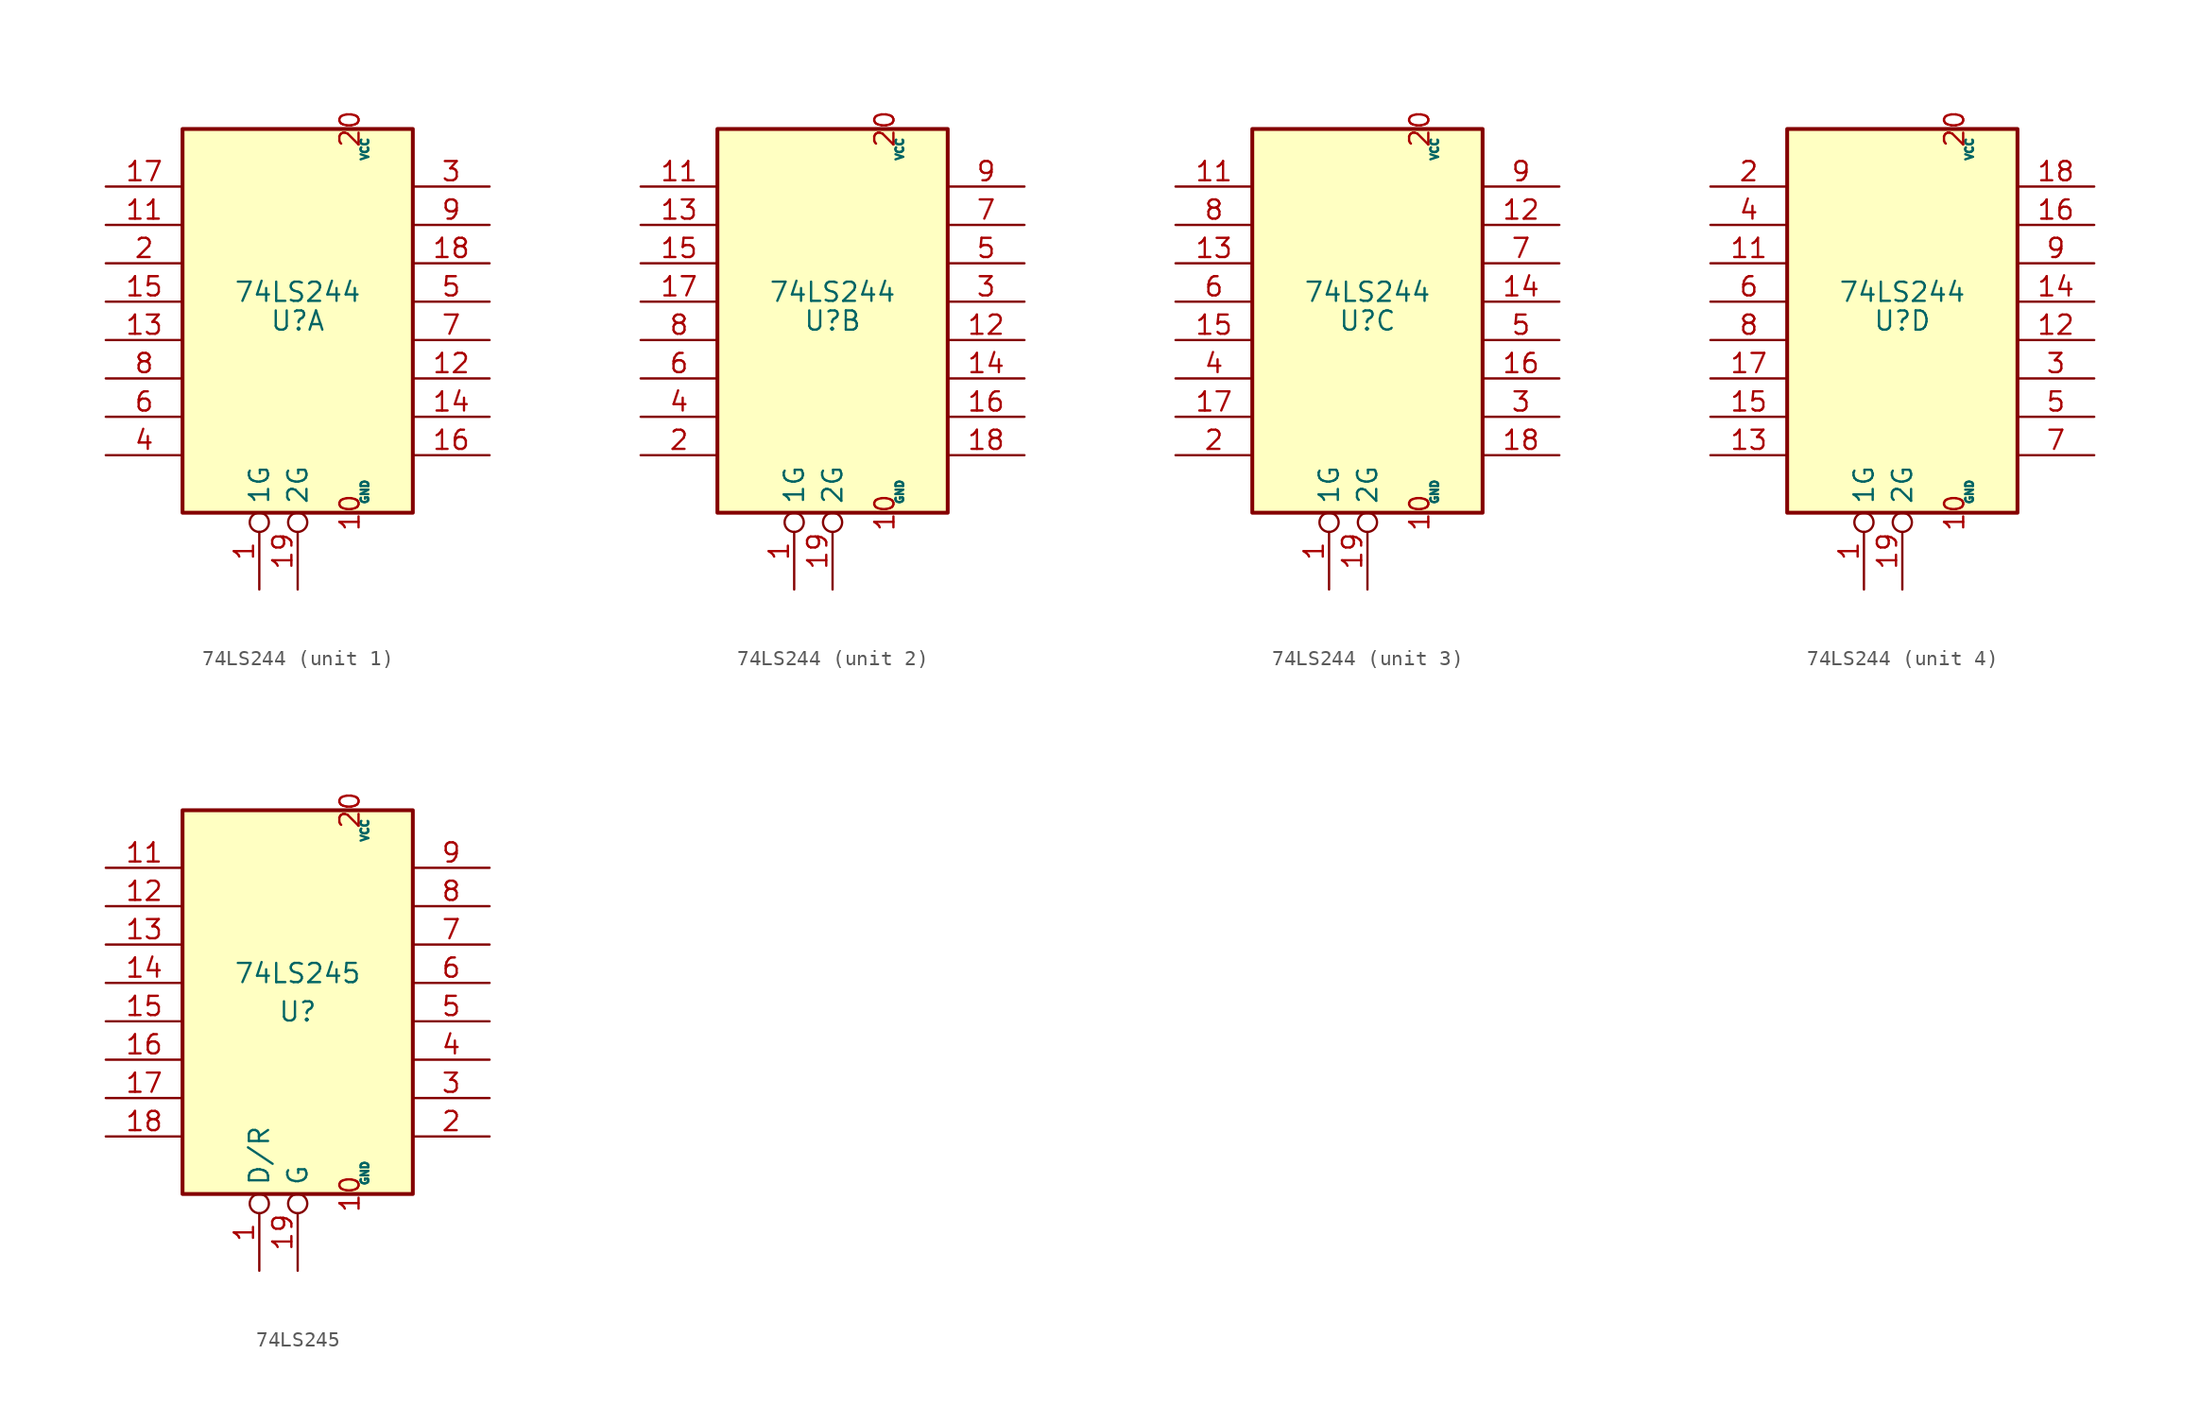
<source format=kicad_sym>
(kicad_symbol_lib
  (version 20211014)
  (generator kicad_symbol_editor)
  (symbol "74LS244"
    (property "Reference" "U"
      (at 0 0 0)
      (effects (font (size 1.27 1.27))))
    (property "Value" "74LS244"
      (at 0 1.905 0)
      (effects (font (size 1.27 1.27))))
    (symbol "74LS244_1_0"
      (pin input inverted (at -2.54 -17.78 90) (length 5.08) (name "1G" (effects (font (size 1.27 1.27)))) (number "1" (effects (font (size 1.27 1.27)))))
      (pin power_in line (at 4.445 -12.7 90) (length 0) (name "GND" (effects (font (size 0.508 0.508)))) (number "10" (effects (font (size 1.27 1.27)))))
      (pin input line (at -12.7 6.35 0) (length 5.08) (name "" (effects (font (size 1.27 1.27)))) (number "11" (effects (font (size 1.27 1.27)))))
      (pin output line (at 12.7 -3.81 180) (length 5.08) (name "" (effects (font (size 1.27 1.27)))) (number "12" (effects (font (size 1.27 1.27)))))
      (pin input line (at -12.7 -1.27 0) (length 5.08) (name "" (effects (font (size 1.27 1.27)))) (number "13" (effects (font (size 1.27 1.27)))))
      (pin output line (at 12.7 -6.35 180) (length 5.08) (name "" (effects (font (size 1.27 1.27)))) (number "14" (effects (font (size 1.27 1.27)))))
      (pin input line (at -12.7 1.27 0) (length 5.08) (name "" (effects (font (size 1.27 1.27)))) (number "15" (effects (font (size 1.27 1.27)))))
      (pin output line (at 12.7 -8.89 180) (length 5.08) (name "" (effects (font (size 1.27 1.27)))) (number "16" (effects (font (size 1.27 1.27)))))
      (pin input line (at -12.7 8.89 0) (length 5.08) (name "" (effects (font (size 1.27 1.27)))) (number "17" (effects (font (size 1.27 1.27)))))
      (pin output line (at 12.7 3.81 180) (length 5.08) (name "" (effects (font (size 1.27 1.27)))) (number "18" (effects (font (size 1.27 1.27)))))
      (pin input inverted (at 0 -17.78 90) (length 5.08) (name "2G" (effects (font (size 1.27 1.27)))) (number "19" (effects (font (size 1.27 1.27)))))
      (pin input line (at -12.7 3.81 0) (length 5.08) (name "" (effects (font (size 1.27 1.27)))) (number "2" (effects (font (size 1.27 1.27)))))
      (pin power_in line (at 4.445 12.7 270) (length 0) (name "VCC" (effects (font (size 0.508 0.508)))) (number "20" (effects (font (size 1.27 1.27)))))
      (pin output line (at 12.7 8.89 180) (length 5.08) (name "" (effects (font (size 1.27 1.27)))) (number "3" (effects (font (size 1.27 1.27)))))
      (pin input line (at -12.7 -8.89 0) (length 5.08) (name "" (effects (font (size 1.27 1.27)))) (number "4" (effects (font (size 1.27 1.27)))))
      (pin output line (at 12.7 1.27 180) (length 5.08) (name "" (effects (font (size 1.27 1.27)))) (number "5" (effects (font (size 1.27 1.27)))))
      (pin input line (at -12.7 -6.35 0) (length 5.08) (name "" (effects (font (size 1.27 1.27)))) (number "6" (effects (font (size 1.27 1.27)))))
      (pin output line (at 12.7 -1.27 180) (length 5.08) (name "" (effects (font (size 1.27 1.27)))) (number "7" (effects (font (size 1.27 1.27)))))
      (pin input line (at -12.7 -3.81 0) (length 5.08) (name "" (effects (font (size 1.27 1.27)))) (number "8" (effects (font (size 1.27 1.27)))))
      (pin output line (at 12.7 6.35 180) (length 5.08) (name "" (effects (font (size 1.27 1.27)))) (number "9" (effects (font (size 1.27 1.27))))))
    (symbol "74LS244_1_1"
      (rectangle (start -7.62 12.7) (end 7.62 -12.7) (stroke (width 0.254) (type default) (color 0 0 0 0)) (fill (type background))))
    (symbol "74LS244_2_0"
      (pin input inverted (at -2.54 -17.78 90) (length 5.08) (name "1G" (effects (font (size 1.27 1.27)))) (number "1" (effects (font (size 1.27 1.27)))))
      (pin power_in line (at 4.445 -12.7 90) (length 0) (name "GND" (effects (font (size 0.508 0.508)))) (number "10" (effects (font (size 1.27 1.27)))))
      (pin input line (at -12.7 8.89 0) (length 5.08) (name "" (effects (font (size 1.27 1.27)))) (number "11" (effects (font (size 1.27 1.27)))))
      (pin output line (at 12.7 -1.27 180) (length 5.08) (name "" (effects (font (size 1.27 1.27)))) (number "12" (effects (font (size 1.27 1.27)))))
      (pin input line (at -12.7 6.35 0) (length 5.08) (name "" (effects (font (size 1.27 1.27)))) (number "13" (effects (font (size 1.27 1.27)))))
      (pin output line (at 12.7 -3.81 180) (length 5.08) (name "" (effects (font (size 1.27 1.27)))) (number "14" (effects (font (size 1.27 1.27)))))
      (pin input line (at -12.7 3.81 0) (length 5.08) (name "" (effects (font (size 1.27 1.27)))) (number "15" (effects (font (size 1.27 1.27)))))
      (pin output line (at 12.7 -6.35 180) (length 5.08) (name "" (effects (font (size 1.27 1.27)))) (number "16" (effects (font (size 1.27 1.27)))))
      (pin input line (at -12.7 1.27 0) (length 5.08) (name "" (effects (font (size 1.27 1.27)))) (number "17" (effects (font (size 1.27 1.27)))))
      (pin output line (at 12.7 -8.89 180) (length 5.08) (name "" (effects (font (size 1.27 1.27)))) (number "18" (effects (font (size 1.27 1.27)))))
      (pin input inverted (at 0 -17.78 90) (length 5.08) (name "2G" (effects (font (size 1.27 1.27)))) (number "19" (effects (font (size 1.27 1.27)))))
      (pin input line (at -12.7 -8.89 0) (length 5.08) (name "" (effects (font (size 1.27 1.27)))) (number "2" (effects (font (size 1.27 1.27)))))
      (pin power_in line (at 4.445 12.7 270) (length 0) (name "VCC" (effects (font (size 0.508 0.508)))) (number "20" (effects (font (size 1.27 1.27)))))
      (pin output line (at 12.7 1.27 180) (length 5.08) (name "" (effects (font (size 1.27 1.27)))) (number "3" (effects (font (size 1.27 1.27)))))
      (pin input line (at -12.7 -6.35 0) (length 5.08) (name "" (effects (font (size 1.27 1.27)))) (number "4" (effects (font (size 1.27 1.27)))))
      (pin output line (at 12.7 3.81 180) (length 5.08) (name "" (effects (font (size 1.27 1.27)))) (number "5" (effects (font (size 1.27 1.27)))))
      (pin input line (at -12.7 -3.81 0) (length 5.08) (name "" (effects (font (size 1.27 1.27)))) (number "6" (effects (font (size 1.27 1.27)))))
      (pin output line (at 12.7 6.35 180) (length 5.08) (name "" (effects (font (size 1.27 1.27)))) (number "7" (effects (font (size 1.27 1.27)))))
      (pin input line (at -12.7 -1.27 0) (length 5.08) (name "" (effects (font (size 1.27 1.27)))) (number "8" (effects (font (size 1.27 1.27)))))
      (pin output line (at 12.7 8.89 180) (length 5.08) (name "" (effects (font (size 1.27 1.27)))) (number "9" (effects (font (size 1.27 1.27))))))
    (symbol "74LS244_2_1"
      (rectangle (start -7.62 12.7) (end 7.62 -12.7) (stroke (width 0.254) (type default) (color 0 0 0 0)) (fill (type background))))
    (symbol "74LS244_3_0"
      (pin input inverted (at -2.54 -17.78 90) (length 5.08) (name "1G" (effects (font (size 1.27 1.27)))) (number "1" (effects (font (size 1.27 1.27)))))
      (pin power_in line (at 4.445 -12.7 90) (length 0) (name "GND" (effects (font (size 0.508 0.508)))) (number "10" (effects (font (size 1.27 1.27)))))
      (pin input line (at -12.7 8.89 0) (length 5.08) (name "" (effects (font (size 1.27 1.27)))) (number "11" (effects (font (size 1.27 1.27)))))
      (pin output line (at 12.7 6.35 180) (length 5.08) (name "" (effects (font (size 1.27 1.27)))) (number "12" (effects (font (size 1.27 1.27)))))
      (pin input line (at -12.7 3.81 0) (length 5.08) (name "" (effects (font (size 1.27 1.27)))) (number "13" (effects (font (size 1.27 1.27)))))
      (pin output line (at 12.7 1.27 180) (length 5.08) (name "" (effects (font (size 1.27 1.27)))) (number "14" (effects (font (size 1.27 1.27)))))
      (pin input line (at -12.7 -1.27 0) (length 5.08) (name "" (effects (font (size 1.27 1.27)))) (number "15" (effects (font (size 1.27 1.27)))))
      (pin output line (at 12.7 -3.81 180) (length 5.08) (name "" (effects (font (size 1.27 1.27)))) (number "16" (effects (font (size 1.27 1.27)))))
      (pin input line (at -12.7 -6.35 0) (length 5.08) (name "" (effects (font (size 1.27 1.27)))) (number "17" (effects (font (size 1.27 1.27)))))
      (pin output line (at 12.7 -8.89 180) (length 5.08) (name "" (effects (font (size 1.27 1.27)))) (number "18" (effects (font (size 1.27 1.27)))))
      (pin input inverted (at 0 -17.78 90) (length 5.08) (name "2G" (effects (font (size 1.27 1.27)))) (number "19" (effects (font (size 1.27 1.27)))))
      (pin input line (at -12.7 -8.89 0) (length 5.08) (name "" (effects (font (size 1.27 1.27)))) (number "2" (effects (font (size 1.27 1.27)))))
      (pin power_in line (at 4.445 12.7 270) (length 0) (name "VCC" (effects (font (size 0.508 0.508)))) (number "20" (effects (font (size 1.27 1.27)))))
      (pin output line (at 12.7 -6.35 180) (length 5.08) (name "" (effects (font (size 1.27 1.27)))) (number "3" (effects (font (size 1.27 1.27)))))
      (pin input line (at -12.7 -3.81 0) (length 5.08) (name "" (effects (font (size 1.27 1.27)))) (number "4" (effects (font (size 1.27 1.27)))))
      (pin output line (at 12.7 -1.27 180) (length 5.08) (name "" (effects (font (size 1.27 1.27)))) (number "5" (effects (font (size 1.27 1.27)))))
      (pin input line (at -12.7 1.27 0) (length 5.08) (name "" (effects (font (size 1.27 1.27)))) (number "6" (effects (font (size 1.27 1.27)))))
      (pin output line (at 12.7 3.81 180) (length 5.08) (name "" (effects (font (size 1.27 1.27)))) (number "7" (effects (font (size 1.27 1.27)))))
      (pin input line (at -12.7 6.35 0) (length 5.08) (name "" (effects (font (size 1.27 1.27)))) (number "8" (effects (font (size 1.27 1.27)))))
      (pin output line (at 12.7 8.89 180) (length 5.08) (name "" (effects (font (size 1.27 1.27)))) (number "9" (effects (font (size 1.27 1.27))))))
    (symbol "74LS244_3_1"
      (rectangle (start -7.62 12.7) (end 7.62 -12.7) (stroke (width 0.254) (type default) (color 0 0 0 0)) (fill (type background))))
    (symbol "74LS244_4_0"
      (pin input inverted (at -2.54 -17.78 90) (length 5.08) (name "1G" (effects (font (size 1.27 1.27)))) (number "1" (effects (font (size 1.27 1.27)))))
      (pin power_in line (at 4.445 -12.7 90) (length 0) (name "GND" (effects (font (size 0.508 0.508)))) (number "10" (effects (font (size 1.27 1.27)))))
      (pin input line (at -12.7 3.81 0) (length 5.08) (name "" (effects (font (size 1.27 1.27)))) (number "11" (effects (font (size 1.27 1.27)))))
      (pin output line (at 12.7 -1.27 180) (length 5.08) (name "" (effects (font (size 1.27 1.27)))) (number "12" (effects (font (size 1.27 1.27)))))
      (pin input line (at -12.7 -8.89 0) (length 5.08) (name "" (effects (font (size 1.27 1.27)))) (number "13" (effects (font (size 1.27 1.27)))))
      (pin output line (at 12.7 1.27 180) (length 5.08) (name "" (effects (font (size 1.27 1.27)))) (number "14" (effects (font (size 1.27 1.27)))))
      (pin input line (at -12.7 -6.35 0) (length 5.08) (name "" (effects (font (size 1.27 1.27)))) (number "15" (effects (font (size 1.27 1.27)))))
      (pin output line (at 12.7 6.35 180) (length 5.08) (name "" (effects (font (size 1.27 1.27)))) (number "16" (effects (font (size 1.27 1.27)))))
      (pin input line (at -12.7 -3.81 0) (length 5.08) (name "" (effects (font (size 1.27 1.27)))) (number "17" (effects (font (size 1.27 1.27)))))
      (pin output line (at 12.7 8.89 180) (length 5.08) (name "" (effects (font (size 1.27 1.27)))) (number "18" (effects (font (size 1.27 1.27)))))
      (pin input inverted (at 0 -17.78 90) (length 5.08) (name "2G" (effects (font (size 1.27 1.27)))) (number "19" (effects (font (size 1.27 1.27)))))
      (pin input line (at -12.7 8.89 0) (length 5.08) (name "" (effects (font (size 1.27 1.27)))) (number "2" (effects (font (size 1.27 1.27)))))
      (pin power_in line (at 4.445 12.7 270) (length 0) (name "VCC" (effects (font (size 0.508 0.508)))) (number "20" (effects (font (size 1.27 1.27)))))
      (pin output line (at 12.7 -3.81 180) (length 5.08) (name "" (effects (font (size 1.27 1.27)))) (number "3" (effects (font (size 1.27 1.27)))))
      (pin input line (at -12.7 6.35 0) (length 5.08) (name "" (effects (font (size 1.27 1.27)))) (number "4" (effects (font (size 1.27 1.27)))))
      (pin output line (at 12.7 -6.35 180) (length 5.08) (name "" (effects (font (size 1.27 1.27)))) (number "5" (effects (font (size 1.27 1.27)))))
      (pin input line (at -12.7 1.27 0) (length 5.08) (name "" (effects (font (size 1.27 1.27)))) (number "6" (effects (font (size 1.27 1.27)))))
      (pin output line (at 12.7 -8.89 180) (length 5.08) (name "" (effects (font (size 1.27 1.27)))) (number "7" (effects (font (size 1.27 1.27)))))
      (pin input line (at -12.7 -1.27 0) (length 5.08) (name "" (effects (font (size 1.27 1.27)))) (number "8" (effects (font (size 1.27 1.27)))))
      (pin output line (at 12.7 3.81 180) (length 5.08) (name "" (effects (font (size 1.27 1.27)))) (number "9" (effects (font (size 1.27 1.27))))))
    (symbol "74LS244_4_1"
      (rectangle (start -7.62 12.7) (end 7.62 -12.7) (stroke (width 0.254) (type default) (color 0 0 0 0)) (fill (type background)))))
  (symbol "74LS245"
    (property "Reference" "U"
      (at 0 -0.635 0)
      (effects (font (size 1.27 1.27))))
    (property "Value" "74LS245"
      (at 0 1.905 0)
      (effects (font (size 1.27 1.27))))
    (symbol "74LS245_1_0"
      (pin input inverted (at -2.54 -17.78 90) (length 5.08) (name "D/R" (effects (font (size 1.27 1.27)))) (number "1" (effects (font (size 1.27 1.27)))))
      (pin power_in line (at 4.445 -12.7 90) (length 0) (name "GND" (effects (font (size 0.508 0.508)))) (number "10" (effects (font (size 1.27 1.27)))))
      (pin bidirectional line (at -12.7 8.89 0) (length 5.08) (name "" (effects (font (size 1.27 1.27)))) (number "11" (effects (font (size 1.27 1.27)))))
      (pin bidirectional line (at -12.7 6.35 0) (length 5.08) (name "" (effects (font (size 1.27 1.27)))) (number "12" (effects (font (size 1.27 1.27)))))
      (pin bidirectional line (at -12.7 3.81 0) (length 5.08) (name "" (effects (font (size 1.27 1.27)))) (number "13" (effects (font (size 1.27 1.27)))))
      (pin bidirectional line (at -12.7 1.27 0) (length 5.08) (name "" (effects (font (size 1.27 1.27)))) (number "14" (effects (font (size 1.27 1.27)))))
      (pin bidirectional line (at -12.7 -1.27 0) (length 5.08) (name "" (effects (font (size 1.27 1.27)))) (number "15" (effects (font (size 1.27 1.27)))))
      (pin bidirectional line (at -12.7 -3.81 0) (length 5.08) (name "" (effects (font (size 1.27 1.27)))) (number "16" (effects (font (size 1.27 1.27)))))
      (pin bidirectional line (at -12.7 -6.35 0) (length 5.08) (name "" (effects (font (size 1.27 1.27)))) (number "17" (effects (font (size 1.27 1.27)))))
      (pin bidirectional line (at -12.7 -8.89 0) (length 5.08) (name "" (effects (font (size 1.27 1.27)))) (number "18" (effects (font (size 1.27 1.27)))))
      (pin input inverted (at 0 -17.78 90) (length 5.08) (name "G" (effects (font (size 1.27 1.27)))) (number "19" (effects (font (size 1.27 1.27)))))
      (pin bidirectional line (at 12.7 -8.89 180) (length 5.08) (name "" (effects (font (size 1.27 1.27)))) (number "2" (effects (font (size 1.27 1.27)))))
      (pin power_in line (at 4.445 12.7 270) (length 0) (name "VCC" (effects (font (size 0.508 0.508)))) (number "20" (effects (font (size 1.27 1.27)))))
      (pin bidirectional line (at 12.7 -6.35 180) (length 5.08) (name "" (effects (font (size 1.27 1.27)))) (number "3" (effects (font (size 1.27 1.27)))))
      (pin bidirectional line (at 12.7 -3.81 180) (length 5.08) (name "" (effects (font (size 1.27 1.27)))) (number "4" (effects (font (size 1.27 1.27)))))
      (pin bidirectional line (at 12.7 -1.27 180) (length 5.08) (name "" (effects (font (size 1.27 1.27)))) (number "5" (effects (font (size 1.27 1.27)))))
      (pin bidirectional line (at 12.7 1.27 180) (length 5.08) (name "" (effects (font (size 1.27 1.27)))) (number "6" (effects (font (size 1.27 1.27)))))
      (pin bidirectional line (at 12.7 3.81 180) (length 5.08) (name "" (effects (font (size 1.27 1.27)))) (number "7" (effects (font (size 1.27 1.27)))))
      (pin bidirectional line (at 12.7 6.35 180) (length 5.08) (name "" (effects (font (size 1.27 1.27)))) (number "8" (effects (font (size 1.27 1.27)))))
      (pin bidirectional line (at 12.7 8.89 180) (length 5.08) (name "" (effects (font (size 1.27 1.27)))) (number "9" (effects (font (size 1.27 1.27))))))
    (symbol "74LS245_1_1"
      (rectangle (start -7.62 12.7) (end 7.62 -12.7) (stroke (width 0.254) (type default) (color 0 0 0 0)) (fill (type background))))))
</source>
